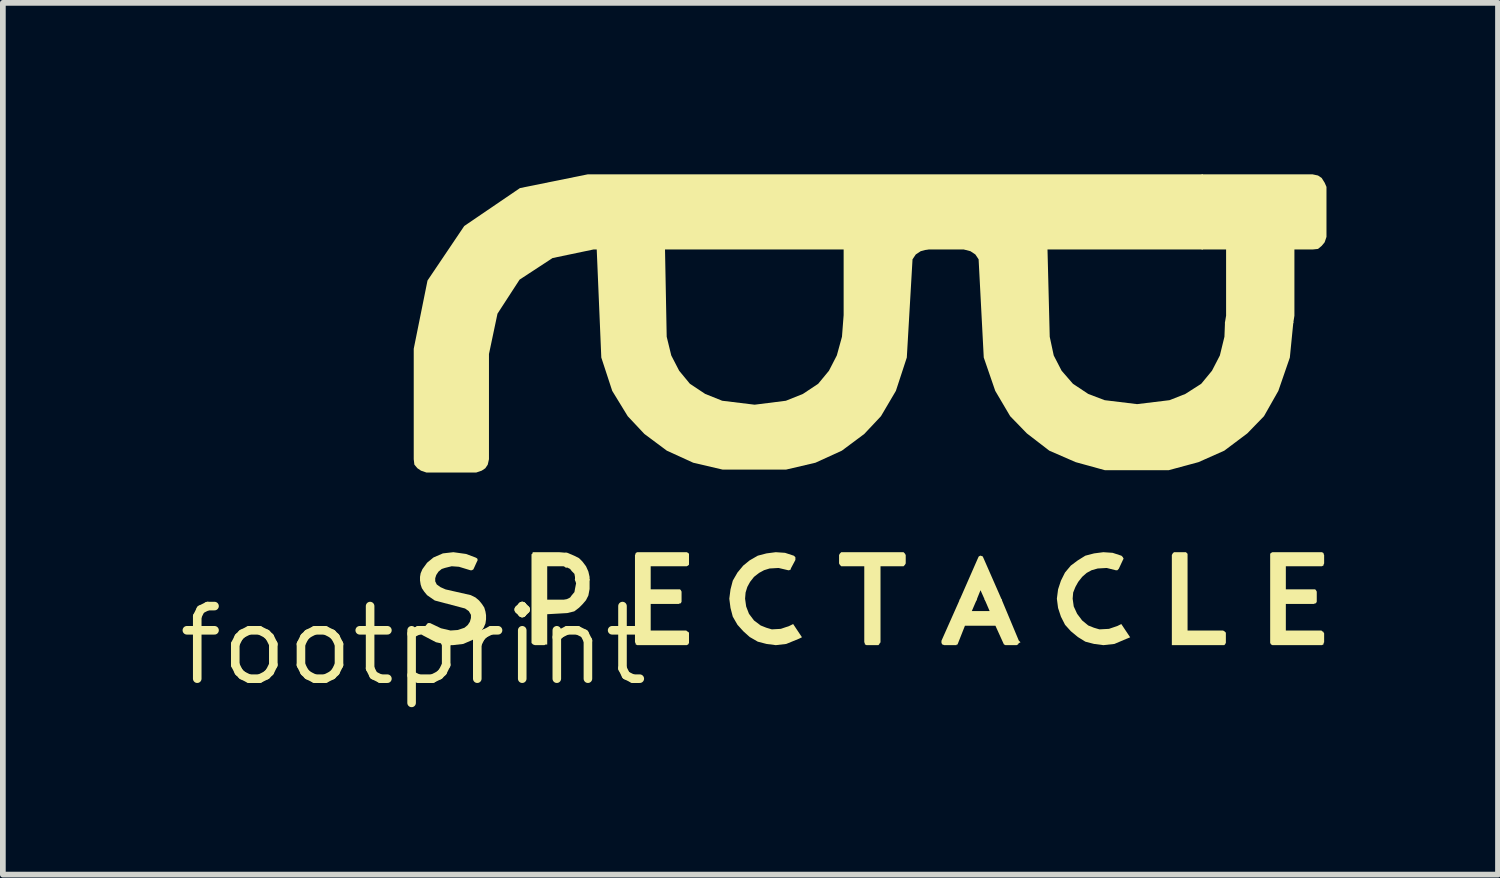
<source format=kicad_pcb>
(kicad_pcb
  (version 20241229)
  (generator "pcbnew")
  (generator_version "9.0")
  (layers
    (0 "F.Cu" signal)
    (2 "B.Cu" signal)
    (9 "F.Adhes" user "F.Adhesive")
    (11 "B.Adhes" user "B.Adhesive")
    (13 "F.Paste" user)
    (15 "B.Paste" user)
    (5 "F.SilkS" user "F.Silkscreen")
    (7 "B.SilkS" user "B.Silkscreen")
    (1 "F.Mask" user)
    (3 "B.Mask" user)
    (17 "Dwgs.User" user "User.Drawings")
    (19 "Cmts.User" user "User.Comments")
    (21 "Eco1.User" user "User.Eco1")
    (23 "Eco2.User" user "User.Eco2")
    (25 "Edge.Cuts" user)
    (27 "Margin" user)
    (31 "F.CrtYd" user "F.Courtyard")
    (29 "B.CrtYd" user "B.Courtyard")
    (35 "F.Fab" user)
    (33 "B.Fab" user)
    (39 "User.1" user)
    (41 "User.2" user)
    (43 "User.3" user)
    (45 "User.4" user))
  (footprint "footprint"
    (layer "F.Cu")
    (at 4.18 8.242)
    (property "Reference" "footprint" (at 0 0 0) (layer "F.SilkS") (effects (font (size 1.27 1.27) (thickness 0.15))))
    (fp_poly (pts (xy 9.959 -1.56) (xy 9.971 -1.535) (xy 10.299 -0.787) (xy 10.002 -0.787) (xy 9.921 -0.968) (xy 9.848 -0.787) (xy 9.551 -0.787) (xy 9.879 -1.535) (xy 9.891 -1.559) (xy 9.919 -1.573)) (stroke (width 0) (type solid)) (fill yes) (layer "F.SilkS"))
    (fp_poly (pts (xy 13.543 -1.605) (xy 13.543 -0.263) (xy 14.163 -0.263) (xy 14.187 -0.25) (xy 14.199 -0.239) (xy 14.213 -0.225) (xy 14.213 -0.047) (xy 14.2 -0.023) (xy 14.185 -0.007) (xy 13.268 -0.007) (xy 13.268 -1.583) (xy 13.28 -1.607) (xy 13.291 -1.619) (xy 13.305 -1.633) (xy 13.515 -1.633)) (stroke (width 0) (type solid)) (fill yes) (layer "F.SilkS"))
    (fp_poly (pts (xy 2.815 -1.571) (xy 2.897 -1.53) (xy 2.959 -1.468) (xy 3.021 -1.386) (xy 3.062 -1.294) (xy 3.083 -1.201) (xy 3.083 -1.137) (xy 2.828 -1.137) (xy 2.828 -1.199) (xy 2.818 -1.254) (xy 2.771 -1.302) (xy 2.742 -1.34) (xy 2.687 -1.367) (xy 2.658 -1.367) (xy 2.658 -1.623) (xy 2.692 -1.623)) (stroke (width 0) (type solid)) (fill yes) (layer "F.SilkS"))
    (fp_poly (pts (xy 15.825 -8.222) (xy 15.889 -8.179) (xy 15.941 -8.096) (xy 15.973 -8.023) (xy 15.973 -7.148) (xy 15.941 -7.054) (xy 15.889 -6.991) (xy 15.825 -6.938) (xy 15.731 -6.928) (xy 15.412 -6.928) (xy 15.412 -5.769) (xy 15.391 -5.638) (xy 14.195 -5.638) (xy 14.217 -5.771) (xy 14.217 -6.928) (xy 13.787 -6.928) (xy 13.787 -8.242) (xy 15.731 -8.242)) (stroke (width 0) (type solid)) (fill yes) (layer "F.SilkS"))
    (fp_poly (pts (xy 9.769 -0.603) (xy 10.081 -0.603) (xy 9.991 -0.812) (xy 10.288 -0.812) (xy 10.591 -0.087) (xy 10.621 -0.057) (xy 10.589 -0.041) (xy 10.579 -0.021) (xy 10.553 -0.007) (xy 10.357 -0.007) (xy 10.33 -0.021) (xy 10.182 -0.347) (xy 9.649 -0.347) (xy 9.519 -0.018) (xy 9.502 -0.018) (xy 9.502 -0.007) (xy 9.288 -0.007) (xy 9.251 -0.02) (xy 9.238 -0.047) (xy 9.238 -0.083) (xy 9.562 -0.812) (xy 9.859 -0.812)) (stroke (width 0) (type solid)) (fill yes) (layer "F.SilkS"))
    (fp_poly (pts (xy 8.589 -1.619) (xy 8.6 -1.607) (xy 8.613 -1.583) (xy 8.613 -1.437) (xy 8.6 -1.413) (xy 8.589 -1.401) (xy 8.575 -1.387) (xy 8.172 -1.387) (xy 8.172 -0.055) (xy 8.16 -0.043) (xy 8.15 -0.023) (xy 8.135 -0.007) (xy 7.927 -0.007) (xy 7.897 -0.022) (xy 7.897 -0.045) (xy 7.888 -0.055) (xy 7.888 -1.387) (xy 7.485 -1.387) (xy 7.471 -1.401) (xy 7.46 -1.413) (xy 7.447 -1.437) (xy 7.447 -1.583) (xy 7.46 -1.607) (xy 7.471 -1.619) (xy 7.485 -1.633) (xy 8.575 -1.633)) (stroke (width 0) (type solid)) (fill yes) (layer "F.SilkS"))
    (fp_poly (pts (xy 2.683 -1.622) (xy 2.683 -1.36) (xy 2.627 -1.387) (xy 2.342 -1.387) (xy 2.342 -0.802) (xy 2.629 -0.802) (xy 2.686 -0.812) (xy 2.742 -0.84) (xy 2.77 -0.878) (xy 2.818 -0.935) (xy 2.828 -0.992) (xy 2.847 -1.089) (xy 2.823 -1.163) (xy 3.083 -1.163) (xy 3.083 -0.989) (xy 3.062 -0.876) (xy 3.02 -0.793) (xy 2.959 -0.722) (xy 2.898 -0.661) (xy 2.815 -0.598) (xy 2.692 -0.568) (xy 2.342 -0.548) (xy 2.342 -0.018) (xy 2.313 -0.018) (xy 2.293 -0.007) (xy 2.128 -0.007) (xy 2.093 -0.019) (xy 2.067 -0.045) (xy 2.067 -1.595) (xy 2.087 -1.615) (xy 2.087 -1.633) (xy 2.551 -1.633)) (stroke (width 0) (type solid)) (fill yes) (layer "F.SilkS"))
    (fp_poly (pts (xy 4.807 -1.62) (xy 4.822 -1.605) (xy 4.822 -1.415) (xy 4.807 -1.4) (xy 4.783 -1.387) (xy 4.152 -1.387) (xy 4.152 -0.983) (xy 4.665 -0.983) (xy 4.68 -0.967) (xy 4.692 -0.943) (xy 4.692 -0.767) (xy 4.678 -0.738) (xy 4.663 -0.738) (xy 4.643 -0.728) (xy 4.152 -0.728) (xy 4.152 -0.263) (xy 4.775 -0.263) (xy 4.787 -0.25) (xy 4.807 -0.24) (xy 4.822 -0.225) (xy 4.822 -0.047) (xy 4.809 -0.021) (xy 4.783 -0.007) (xy 3.917 -0.007) (xy 3.888 -0.022) (xy 3.888 -0.045) (xy 3.877 -0.055) (xy 3.877 -1.583) (xy 3.888 -1.603) (xy 3.888 -1.618) (xy 3.917 -1.633) (xy 4.783 -1.633)) (stroke (width 0) (type solid)) (fill yes) (layer "F.SilkS"))
    (fp_poly (pts (xy 15.922 -1.618) (xy 15.922 -1.603) (xy 15.932 -1.583) (xy 15.932 -1.437) (xy 15.922 -1.417) (xy 15.922 -1.402) (xy 15.893 -1.387) (xy 15.262 -1.387) (xy 15.262 -0.983) (xy 15.775 -0.983) (xy 15.79 -0.967) (xy 15.803 -0.943) (xy 15.803 -0.767) (xy 15.788 -0.738) (xy 15.773 -0.738) (xy 15.753 -0.728) (xy 15.262 -0.728) (xy 15.262 -0.263) (xy 15.885 -0.263) (xy 15.897 -0.25) (xy 15.922 -0.238) (xy 15.922 -0.225) (xy 15.932 -0.215) (xy 15.932 -0.055) (xy 15.922 -0.045) (xy 15.922 -0.022) (xy 15.893 -0.007) (xy 15.027 -0.007) (xy 15.001 -0.021) (xy 14.988 -0.047) (xy 14.988 -1.605) (xy 15.003 -1.62) (xy 15.027 -1.633) (xy 15.893 -1.633)) (stroke (width 0) (type solid)) (fill yes) (layer "F.SilkS"))
    (fp_poly (pts (xy 4.432 -5.402) (xy 4.512 -5.074) (xy 4.65 -4.807) (xy 4.838 -4.579) (xy 5.106 -4.401) (xy 5.403 -4.282) (xy 5.97 -4.213) (xy 6.517 -4.282) (xy 6.814 -4.401) (xy 7.082 -4.579) (xy 7.27 -4.807) (xy 7.408 -5.075) (xy 7.498 -5.402) (xy 7.527 -5.78) (xy 7.527 -6.952) (xy 9.073 -6.952) (xy 8.875 -6.898) (xy 8.789 -6.841) (xy 8.732 -6.756) (xy 8.632 -5.038) (xy 8.441 -4.455) (xy 8.18 -4.012) (xy 7.888 -3.701) (xy 7.496 -3.409) (xy 7.034 -3.198) (xy 6.521 -3.078) (xy 5.409 -3.078) (xy 4.896 -3.198) (xy 4.434 -3.409) (xy 4.042 -3.701) (xy 3.75 -4.012) (xy 3.479 -4.455) (xy 3.288 -5.038) (xy 3.207 -6.952) (xy 4.402 -6.952)) (stroke (width 0) (type solid)) (fill yes) (layer "F.SilkS"))
    (fp_poly (pts (xy 6.502 -1.622) (xy 6.657 -1.571) (xy 6.669 -1.559) (xy 6.683 -1.545) (xy 6.683 -1.497) (xy 6.603 -1.347) (xy 6.603 -1.332) (xy 6.573 -1.317) (xy 6.559 -1.317) (xy 6.389 -1.357) (xy 6.232 -1.348) (xy 6.135 -1.318) (xy 6.047 -1.27) (xy 5.959 -1.201) (xy 5.89 -1.113) (xy 5.842 -1.025) (xy 5.812 -0.928) (xy 5.803 -0.82) (xy 5.822 -0.683) (xy 5.871 -0.556) (xy 5.959 -0.439) (xy 6.076 -0.351) (xy 6.174 -0.312) (xy 6.271 -0.283) (xy 6.428 -0.292) (xy 6.575 -0.342) (xy 6.644 -0.376) (xy 6.798 -0.145) (xy 6.745 -0.119) (xy 6.523 -0.028) (xy 6.34 -0.007) (xy 6.178 -0.028) (xy 6.025 -0.068) (xy 5.883 -0.15) (xy 5.771 -0.251) (xy 5.67 -0.363) (xy 5.588 -0.505) (xy 5.548 -0.658) (xy 5.527 -0.82) (xy 5.548 -0.982) (xy 5.588 -1.135) (xy 5.67 -1.277) (xy 5.771 -1.399) (xy 5.883 -1.49) (xy 6.025 -1.572) (xy 6.178 -1.612) (xy 6.34 -1.633)) (stroke (width 0) (type solid)) (fill yes) (layer "F.SilkS"))
    (fp_poly (pts (xy 12.232 -1.622) (xy 12.387 -1.571) (xy 12.399 -1.559) (xy 12.41 -1.547) (xy 12.424 -1.52) (xy 12.411 -1.495) (xy 12.34 -1.343) (xy 12.315 -1.317) (xy 12.288 -1.317) (xy 12.129 -1.357) (xy 11.972 -1.348) (xy 11.865 -1.318) (xy 11.777 -1.27) (xy 11.699 -1.201) (xy 11.63 -1.113) (xy 11.581 -1.025) (xy 11.542 -0.927) (xy 11.533 -0.82) (xy 11.552 -0.684) (xy 11.611 -0.556) (xy 11.699 -0.439) (xy 11.806 -0.351) (xy 11.904 -0.312) (xy 12.001 -0.283) (xy 12.168 -0.292) (xy 12.315 -0.342) (xy 12.384 -0.376) (xy 12.539 -0.144) (xy 12.475 -0.118) (xy 12.263 -0.028) (xy 12.07 -0.007) (xy 11.908 -0.028) (xy 11.755 -0.068) (xy 11.623 -0.15) (xy 11.501 -0.251) (xy 11.4 -0.363) (xy 11.328 -0.505) (xy 11.278 -0.657) (xy 11.257 -0.82) (xy 11.278 -0.983) (xy 11.328 -1.135) (xy 11.399 -1.277) (xy 11.501 -1.399) (xy 11.623 -1.49) (xy 11.755 -1.572) (xy 11.908 -1.612) (xy 12.07 -1.633)) (stroke (width 0) (type solid)) (fill yes) (layer "F.SilkS"))
    (fp_poly (pts (xy 13.812 -6.928) (xy 11.093 -6.928) (xy 11.132 -5.401) (xy 11.202 -5.074) (xy 11.34 -4.807) (xy 11.538 -4.579) (xy 11.806 -4.401) (xy 12.093 -4.292) (xy 12.66 -4.223) (xy 13.227 -4.292) (xy 13.504 -4.401) (xy 13.782 -4.579) (xy 13.97 -4.807) (xy 14.108 -5.074) (xy 14.188 -5.402) (xy 14.198 -5.662) (xy 15.394 -5.662) (xy 15.332 -5.037) (xy 15.131 -4.455) (xy 14.88 -4.012) (xy 14.588 -3.711) (xy 14.186 -3.409) (xy 13.734 -3.208) (xy 13.212 -3.067) (xy 12.098 -3.067) (xy 11.586 -3.208) (xy 11.124 -3.409) (xy 10.732 -3.711) (xy 10.44 -4.012) (xy 10.179 -4.455) (xy 9.978 -5.038) (xy 9.888 -6.756) (xy 9.831 -6.841) (xy 9.745 -6.898) (xy 9.628 -6.928) (xy 3.151 -6.928) (xy 2.435 -6.778) (xy 1.859 -6.401) (xy 1.472 -5.805) (xy 1.323 -5.099) (xy 1.323 -3.259) (xy 1.302 -3.165) (xy 1.259 -3.101) (xy 1.196 -3.059) (xy 1.102 -3.027) (xy 0.228 -3.027) (xy 0.134 -3.059) (xy 0.072 -3.101) (xy 0.018 -3.165) (xy 0.007 -3.259) (xy 0.007 -5.191) (xy 0.248 -6.385) (xy 0.891 -7.339) (xy 1.865 -8.002) (xy 3.049 -8.242) (xy 13.812 -8.242)) (stroke (width 0) (type solid)) (fill yes) (layer "F.SilkS"))
    (fp_poly (pts (xy 0.923 -1.602) (xy 1.085 -1.541) (xy 1.107 -1.53) (xy 1.123 -1.515) (xy 1.123 -1.487) (xy 1.111 -1.465) (xy 1.061 -1.355) (xy 1.049 -1.331) (xy 1.023 -1.317) (xy 0.998 -1.317) (xy 0.798 -1.378) (xy 0.671 -1.387) (xy 0.553 -1.358) (xy 0.496 -1.339) (xy 0.439 -1.292) (xy 0.401 -1.234) (xy 0.383 -1.178) (xy 0.383 -1.123) (xy 0.41 -1.068) (xy 0.476 -1.021) (xy 0.564 -0.982) (xy 1.004 -0.882) (xy 1.087 -0.841) (xy 1.149 -0.789) (xy 1.2 -0.727) (xy 1.241 -0.665) (xy 1.262 -0.593) (xy 1.272 -0.531) (xy 1.272 -0.459) (xy 1.262 -0.387) (xy 1.231 -0.314) (xy 1.149 -0.202) (xy 1.037 -0.099) (xy 0.873 -0.028) (xy 0.691 -0.007) (xy 0.629 -0.007) (xy 0.396 -0.058) (xy 0.163 -0.18) (xy 0.15 -0.193) (xy 0.138 -0.217) (xy 0.138 -0.243) (xy 0.149 -0.267) (xy 0.241 -0.378) (xy 0.255 -0.393) (xy 0.293 -0.393) (xy 0.484 -0.302) (xy 0.651 -0.263) (xy 0.778 -0.272) (xy 0.894 -0.311) (xy 0.951 -0.358) (xy 0.989 -0.415) (xy 1.008 -0.482) (xy 1.008 -0.537) (xy 0.971 -0.601) (xy 0.905 -0.648) (xy 0.375 -0.788) (xy 0.241 -0.881) (xy 0.19 -0.943) (xy 0.149 -1.004) (xy 0.128 -1.067) (xy 0.117 -1.139) (xy 0.117 -1.201) (xy 0.128 -1.264) (xy 0.159 -1.336) (xy 0.241 -1.449) (xy 0.353 -1.541) (xy 0.517 -1.612) (xy 0.7 -1.633)) (stroke (width 0) (type solid)) (fill yes) (layer "F.SilkS")))
  (gr_rect
    (start -3 -3)
    (end 23.153 12.249)
    (stroke (width 0.1) (type default))
    (fill no)
    (layer "Edge.Cuts")))
</source>
